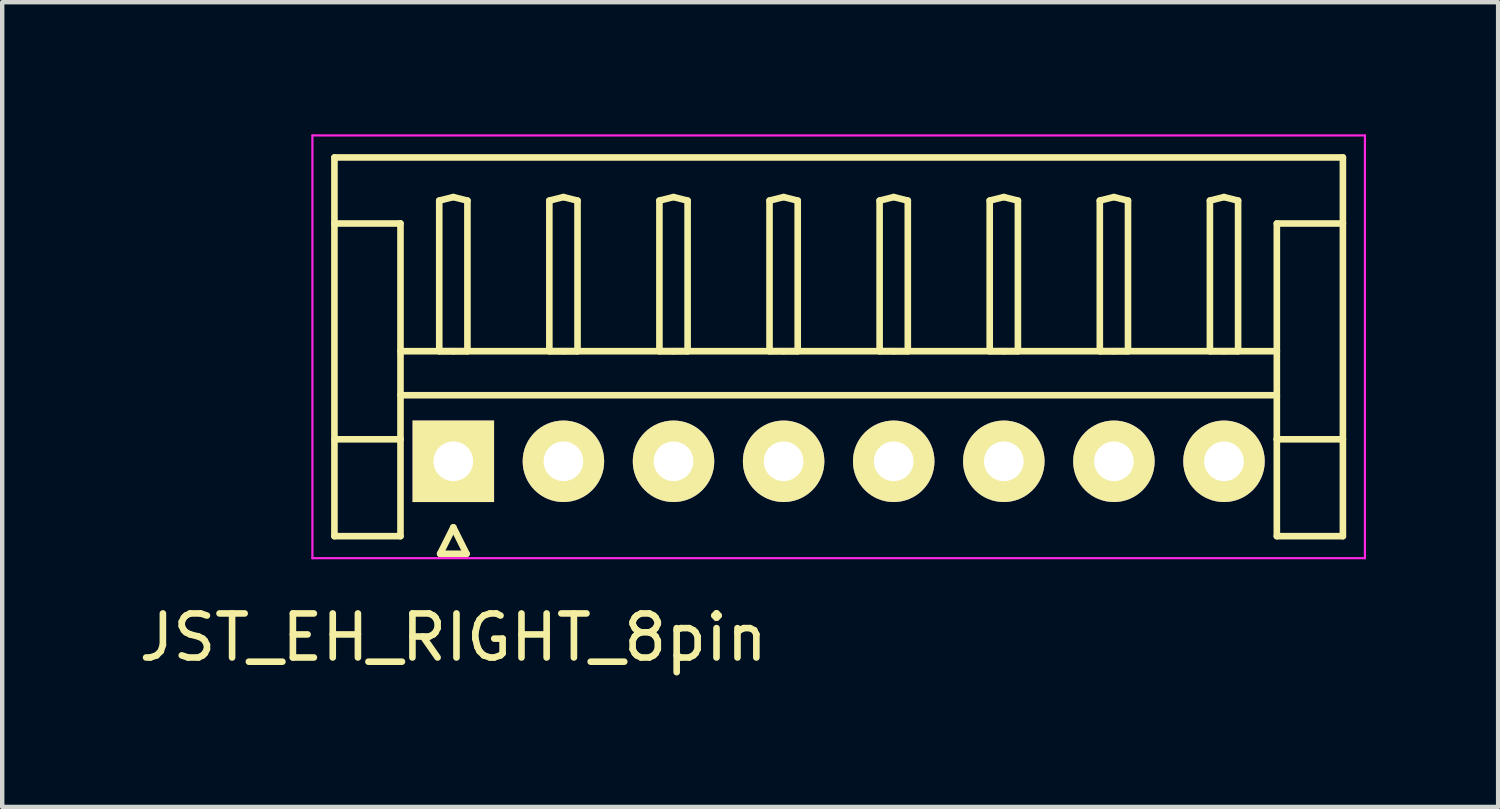
<source format=kicad_pcb>
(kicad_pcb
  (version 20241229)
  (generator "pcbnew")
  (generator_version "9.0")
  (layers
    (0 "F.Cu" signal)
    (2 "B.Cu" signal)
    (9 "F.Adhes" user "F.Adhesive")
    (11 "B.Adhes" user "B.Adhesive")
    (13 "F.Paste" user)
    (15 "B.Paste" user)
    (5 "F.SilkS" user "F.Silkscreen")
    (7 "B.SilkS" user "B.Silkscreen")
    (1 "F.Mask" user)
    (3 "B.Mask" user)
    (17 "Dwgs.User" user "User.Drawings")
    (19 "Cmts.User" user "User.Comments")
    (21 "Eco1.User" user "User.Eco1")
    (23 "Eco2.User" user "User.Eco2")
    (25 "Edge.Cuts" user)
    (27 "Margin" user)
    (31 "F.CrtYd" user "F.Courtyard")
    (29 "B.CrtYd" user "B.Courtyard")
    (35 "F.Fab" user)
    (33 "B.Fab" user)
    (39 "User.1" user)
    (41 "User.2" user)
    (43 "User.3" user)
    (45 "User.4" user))
  (footprint "JST_EH_RIGHT_8pin"
    (layer "F.Cu")
    (at 7.244 7.425)
    (property "Reference" "JST_EH_RIGHT_8pin" (at 0 4 0) (layer "F.SilkS") (effects (font (size 1 1) (thickness 0.15))))
    (attr through_hole)
    (fp_line (start -2.7 -6.9) (end 20.2 -6.9) (stroke (width 0.15) (type solid)) (layer "F.SilkS"))
    (fp_line (start -2.7 -5.4) (end -1.2 -5.4) (stroke (width 0.15) (type solid)) (layer "F.SilkS"))
    (fp_line (start -2.7 1.7) (end -2.7 -6.9) (stroke (width 0.15) (type solid)) (layer "F.SilkS"))
    (fp_line (start -1.2 -5.4) (end -1.2 -0.5) (stroke (width 0.15) (type solid)) (layer "F.SilkS"))
    (fp_line (start -1.2 -2.5) (end 18.7 -2.5) (stroke (width 0.15) (type solid)) (layer "F.SilkS"))
    (fp_line (start -1.2 -1.5) (end 18.7 -1.5) (stroke (width 0.15) (type solid)) (layer "F.SilkS"))
    (fp_line (start -1.2 -0.5) (end -2.7 -0.5) (stroke (width 0.15) (type solid)) (layer "F.SilkS"))
    (fp_line (start -1.2 -0.5) (end -1.2 1.7) (stroke (width 0.15) (type solid)) (layer "F.SilkS"))
    (fp_line (start -1.2 1.7) (end -2.7 1.7) (stroke (width 0.15) (type solid)) (layer "F.SilkS"))
    (fp_line (start -0.32 -5.92) (end 0 -6) (stroke (width 0.15) (type solid)) (layer "F.SilkS"))
    (fp_line (start -0.32 -2.5) (end -0.32 -5.92) (stroke (width 0.15) (type solid)) (layer "F.SilkS"))
    (fp_line (start -0.3 2.1) (end 0.3 2.1) (stroke (width 0.15) (type solid)) (layer "F.SilkS"))
    (fp_line (start 0 -6) (end 0.32 -5.92) (stroke (width 0.15) (type solid)) (layer "F.SilkS"))
    (fp_line (start 0 -2.5) (end -0.32 -2.5) (stroke (width 0.15) (type solid)) (layer "F.SilkS"))
    (fp_line (start 0 1.5) (end -0.3 2.1) (stroke (width 0.15) (type solid)) (layer "F.SilkS"))
    (fp_line (start 0.3 2.1) (end 0 1.5) (stroke (width 0.15) (type solid)) (layer "F.SilkS"))
    (fp_line (start 0.32 -5.92) (end 0.32 -2.5) (stroke (width 0.15) (type solid)) (layer "F.SilkS"))
    (fp_line (start 0.32 -2.5) (end 0 -2.5) (stroke (width 0.15) (type solid)) (layer "F.SilkS"))
    (fp_line (start 2.18 -5.92) (end 2.5 -6) (stroke (width 0.15) (type solid)) (layer "F.SilkS"))
    (fp_line (start 2.18 -2.5) (end 2.18 -5.92) (stroke (width 0.15) (type solid)) (layer "F.SilkS"))
    (fp_line (start 2.5 -6) (end 2.82 -5.92) (stroke (width 0.15) (type solid)) (layer "F.SilkS"))
    (fp_line (start 2.5 -2.5) (end 2.18 -2.5) (stroke (width 0.15) (type solid)) (layer "F.SilkS"))
    (fp_line (start 2.82 -5.92) (end 2.82 -2.5) (stroke (width 0.15) (type solid)) (layer "F.SilkS"))
    (fp_line (start 2.82 -2.5) (end 2.5 -2.5) (stroke (width 0.15) (type solid)) (layer "F.SilkS"))
    (fp_line (start 4.68 -5.92) (end 5 -6) (stroke (width 0.15) (type solid)) (layer "F.SilkS"))
    (fp_line (start 4.68 -2.5) (end 4.68 -5.92) (stroke (width 0.15) (type solid)) (layer "F.SilkS"))
    (fp_line (start 5 -6) (end 5.32 -5.92) (stroke (width 0.15) (type solid)) (layer "F.SilkS"))
    (fp_line (start 5 -2.5) (end 4.68 -2.5) (stroke (width 0.15) (type solid)) (layer "F.SilkS"))
    (fp_line (start 5.32 -5.92) (end 5.32 -2.5) (stroke (width 0.15) (type solid)) (layer "F.SilkS"))
    (fp_line (start 5.32 -2.5) (end 5 -2.5) (stroke (width 0.15) (type solid)) (layer "F.SilkS"))
    (fp_line (start 7.18 -5.92) (end 7.5 -6) (stroke (width 0.15) (type solid)) (layer "F.SilkS"))
    (fp_line (start 7.18 -2.5) (end 7.18 -5.92) (stroke (width 0.15) (type solid)) (layer "F.SilkS"))
    (fp_line (start 7.5 -6) (end 7.82 -5.92) (stroke (width 0.15) (type solid)) (layer "F.SilkS"))
    (fp_line (start 7.5 -2.5) (end 7.18 -2.5) (stroke (width 0.15) (type solid)) (layer "F.SilkS"))
    (fp_line (start 7.82 -5.92) (end 7.82 -2.5) (stroke (width 0.15) (type solid)) (layer "F.SilkS"))
    (fp_line (start 7.82 -2.5) (end 7.5 -2.5) (stroke (width 0.15) (type solid)) (layer "F.SilkS"))
    (fp_line (start 9.68 -5.92) (end 10 -6) (stroke (width 0.15) (type solid)) (layer "F.SilkS"))
    (fp_line (start 9.68 -2.5) (end 9.68 -5.92) (stroke (width 0.15) (type solid)) (layer "F.SilkS"))
    (fp_line (start 10 -6) (end 10.32 -5.92) (stroke (width 0.15) (type solid)) (layer "F.SilkS"))
    (fp_line (start 10 -2.5) (end 9.68 -2.5) (stroke (width 0.15) (type solid)) (layer "F.SilkS"))
    (fp_line (start 10.32 -5.92) (end 10.32 -2.5) (stroke (width 0.15) (type solid)) (layer "F.SilkS"))
    (fp_line (start 10.32 -2.5) (end 10 -2.5) (stroke (width 0.15) (type solid)) (layer "F.SilkS"))
    (fp_line (start 12.18 -5.92) (end 12.5 -6) (stroke (width 0.15) (type solid)) (layer "F.SilkS"))
    (fp_line (start 12.18 -2.5) (end 12.18 -5.92) (stroke (width 0.15) (type solid)) (layer "F.SilkS"))
    (fp_line (start 12.5 -6) (end 12.82 -5.92) (stroke (width 0.15) (type solid)) (layer "F.SilkS"))
    (fp_line (start 12.5 -2.5) (end 12.18 -2.5) (stroke (width 0.15) (type solid)) (layer "F.SilkS"))
    (fp_line (start 12.82 -5.92) (end 12.82 -2.5) (stroke (width 0.15) (type solid)) (layer "F.SilkS"))
    (fp_line (start 12.82 -2.5) (end 12.5 -2.5) (stroke (width 0.15) (type solid)) (layer "F.SilkS"))
    (fp_line (start 14.68 -5.92) (end 15 -6) (stroke (width 0.15) (type solid)) (layer "F.SilkS"))
    (fp_line (start 14.68 -2.5) (end 14.68 -5.92) (stroke (width 0.15) (type solid)) (layer "F.SilkS"))
    (fp_line (start 15 -6) (end 15.32 -5.92) (stroke (width 0.15) (type solid)) (layer "F.SilkS"))
    (fp_line (start 15 -2.5) (end 14.68 -2.5) (stroke (width 0.15) (type solid)) (layer "F.SilkS"))
    (fp_line (start 15.32 -5.92) (end 15.32 -2.5) (stroke (width 0.15) (type solid)) (layer "F.SilkS"))
    (fp_line (start 15.32 -2.5) (end 15 -2.5) (stroke (width 0.15) (type solid)) (layer "F.SilkS"))
    (fp_line (start 17.18 -5.92) (end 17.5 -6) (stroke (width 0.15) (type solid)) (layer "F.SilkS"))
    (fp_line (start 17.18 -2.5) (end 17.18 -5.92) (stroke (width 0.15) (type solid)) (layer "F.SilkS"))
    (fp_line (start 17.5 -6) (end 17.82 -5.92) (stroke (width 0.15) (type solid)) (layer "F.SilkS"))
    (fp_line (start 17.5 -2.5) (end 17.18 -2.5) (stroke (width 0.15) (type solid)) (layer "F.SilkS"))
    (fp_line (start 17.82 -5.92) (end 17.82 -2.5) (stroke (width 0.15) (type solid)) (layer "F.SilkS"))
    (fp_line (start 17.82 -2.5) (end 17.5 -2.5) (stroke (width 0.15) (type solid)) (layer "F.SilkS"))
    (fp_line (start 18.7 -5.4) (end 18.7 -0.5) (stroke (width 0.15) (type solid)) (layer "F.SilkS"))
    (fp_line (start 18.7 -0.5) (end 20.2 -0.5) (stroke (width 0.15) (type solid)) (layer "F.SilkS"))
    (fp_line (start 18.7 1.7) (end 18.7 -0.5) (stroke (width 0.15) (type solid)) (layer "F.SilkS"))
    (fp_line (start 20.2 -6.9) (end 20.2 1.7) (stroke (width 0.15) (type solid)) (layer "F.SilkS"))
    (fp_line (start 20.2 -5.4) (end 18.7 -5.4) (stroke (width 0.15) (type solid)) (layer "F.SilkS"))
    (fp_line (start 20.2 1.7) (end 18.7 1.7) (stroke (width 0.15) (type solid)) (layer "F.SilkS"))
    (fp_line (start -3.2 -7.4) (end -3.2 2.2) (stroke (width 0.05) (type solid)) (layer "F.CrtYd"))
    (fp_line (start -3.2 2.2) (end 20.7 2.2) (stroke (width 0.05) (type solid)) (layer "F.CrtYd"))
    (fp_line (start 20.7 -7.4) (end -3.2 -7.4) (stroke (width 0.05) (type solid)) (layer "F.CrtYd"))
    (fp_line (start 20.7 2.2) (end 20.7 -7.4) (stroke (width 0.05) (type solid)) (layer "F.CrtYd"))
    (pad "1" thru_hole rect (at 0 0) (size 1.85 1.85) (drill 0.9) (layers "*.Cu" "*.Mask" "F.SilkS"))
    (pad "2" thru_hole circle (at 2.5 0) (size 1.85 1.85) (drill 0.9) (layers "*.Cu" "*.Mask" "F.SilkS"))
    (pad "3" thru_hole circle (at 5 0) (size 1.85 1.85) (drill 0.9) (layers "*.Cu" "*.Mask" "F.SilkS"))
    (pad "4" thru_hole circle (at 7.5 0) (size 1.85 1.85) (drill 0.9) (layers "*.Cu" "*.Mask" "F.SilkS"))
    (pad "5" thru_hole circle (at 10 0) (size 1.85 1.85) (drill 0.9) (layers "*.Cu" "*.Mask" "F.SilkS"))
    (pad "6" thru_hole circle (at 12.5 0) (size 1.85 1.85) (drill 0.9) (layers "*.Cu" "*.Mask" "F.SilkS"))
    (pad "7" thru_hole circle (at 15 0) (size 1.85 1.85) (drill 0.9) (layers "*.Cu" "*.Mask" "F.SilkS"))
    (pad "8" thru_hole circle (at 17.5 0) (size 1.85 1.85) (drill 0.9) (layers "*.Cu" "*.Mask" "F.SilkS")))
  (gr_rect
    (start -3 -3)
    (end 30.969 15.273)
    (stroke (width 0.1) (type default))
    (fill no)
    (layer "Edge.Cuts")))
</source>
